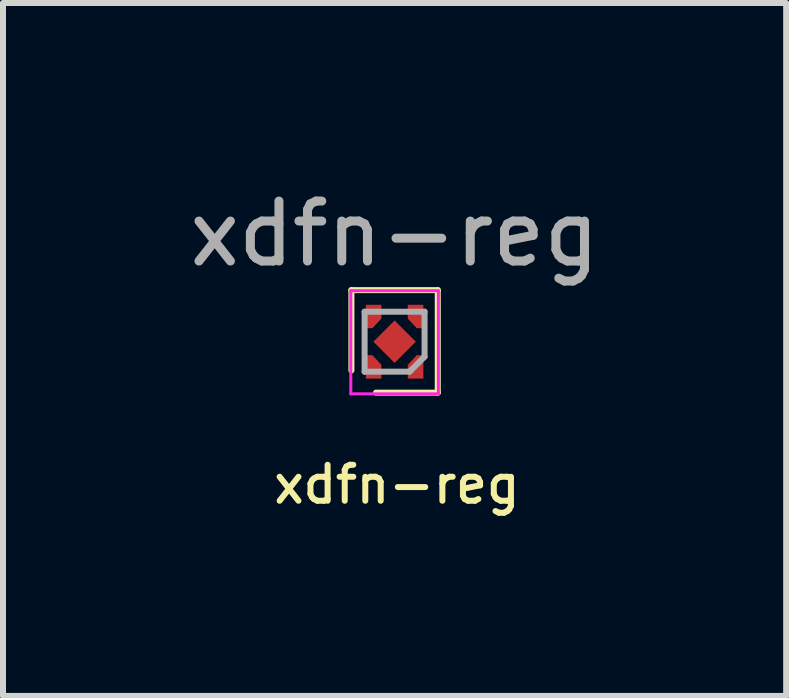
<source format=kicad_pcb>
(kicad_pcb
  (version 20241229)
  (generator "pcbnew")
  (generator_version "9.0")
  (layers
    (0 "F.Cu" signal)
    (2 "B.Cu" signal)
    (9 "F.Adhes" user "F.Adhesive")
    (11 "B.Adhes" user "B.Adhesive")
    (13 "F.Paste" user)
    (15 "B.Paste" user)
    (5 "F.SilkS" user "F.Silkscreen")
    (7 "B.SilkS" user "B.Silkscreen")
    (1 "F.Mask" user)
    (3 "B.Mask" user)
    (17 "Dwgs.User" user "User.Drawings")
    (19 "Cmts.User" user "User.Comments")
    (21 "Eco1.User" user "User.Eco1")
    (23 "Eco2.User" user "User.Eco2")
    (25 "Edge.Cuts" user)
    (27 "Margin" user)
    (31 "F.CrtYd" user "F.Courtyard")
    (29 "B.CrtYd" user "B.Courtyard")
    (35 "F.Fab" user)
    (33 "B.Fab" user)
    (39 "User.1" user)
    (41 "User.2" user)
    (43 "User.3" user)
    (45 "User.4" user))
  (footprint "xdfn-reg"
    (layer "F.Cu")
    (at 3.53 2.648)
    (property "Reference" "xdfn-reg" (at 0.04 2.38 0) (unlocked yes) (layer "F.SilkS") (effects (font (size 0.6 0.6) (thickness 0.1))))
    (attr smd)
    (fp_line (start -0.72 -0.86) (end -0.72 0.48) (stroke (width 0.1) (type solid)) (layer "F.SilkS"))
    (fp_line (start 0.72 -0.86) (end -0.72 -0.86) (stroke (width 0.1) (type solid)) (layer "F.SilkS"))
    (fp_line (start 0.72 0.85) (end -0.31 0.85) (stroke (width 0.1) (type solid)) (layer "F.SilkS"))
    (fp_line (start 0.72 0.85) (end 0.72 -0.86) (stroke (width 0.1) (type solid)) (layer "F.SilkS"))
    (fp_line (start -0.73 -0.85) (end 0.73 -0.85) (stroke (width 0.05) (type solid)) (layer "F.CrtYd"))
    (fp_line (start -0.73 0.87) (end -0.73 -0.85) (stroke (width 0.05) (type solid)) (layer "F.CrtYd"))
    (fp_line (start 0.73 -0.85) (end 0.73 0.87) (stroke (width 0.05) (type solid)) (layer "F.CrtYd"))
    (fp_line (start 0.73 0.87) (end -0.73 0.87) (stroke (width 0.05) (type solid)) (layer "F.CrtYd"))
    (fp_line (start -0.5 -0.5) (end 0.5 -0.5) (stroke (width 0.1) (type solid)) (layer "F.Fab"))
    (fp_line (start -0.5 0.5) (end -0.5 -0.5) (stroke (width 0.1) (type solid)) (layer "F.Fab"))
    (fp_line (start 0.25 0.5) (end -0.5 0.5) (stroke (width 0.1) (type solid)) (layer "F.Fab"))
    (fp_line (start 0.5 -0.5) (end 0.5 0.25) (stroke (width 0.1) (type solid)) (layer "F.Fab"))
    (fp_line (start 0.5 0.25) (end 0.25 0.5) (stroke (width 0.1) (type solid)) (layer "F.Fab"))
    (fp_text user "${REFERENCE}" (at 0 -1.8 0) (unlocked yes) (layer "F.Fab") (effects (font (size 1 1) (thickness 0.15))))
    (pad "1" smd custom (at -0.35 0.5) (size 0.26 0.23) (layers "F.Cu" "F.Mask" "F.Paste") (options (anchor rect)) (primitives (gr_poly (pts (xy 0.13 -0.115) (xy -0.13 -0.115) (xy -0.13 -0.275) (xy -0.02 -0.275)) (width 0) (fill yes))))
    (pad "2" smd custom (at 0.35 0.5) (size 0.26 0.23) (layers "F.Cu" "F.Mask" "F.Paste") (options (anchor rect)) (primitives (gr_poly (pts (xy 0.13 -0.115) (xy -0.13 -0.115) (xy 0.02 -0.275) (xy 0.13 -0.275)) (width 0) (fill yes))))
    (pad "3" smd custom (at 0.35 -0.5 180) (size 0.26 0.23) (layers "F.Cu" "F.Mask" "F.Paste") (options (anchor rect)) (primitives (gr_poly (pts (xy 0.13 -0.115) (xy -0.13 -0.115) (xy -0.13 -0.275) (xy -0.02 -0.275)) (width 0) (fill yes))))
    (pad "4" smd custom (at -0.35 -0.5 180) (size 0.26 0.23) (layers "F.Cu" "F.Mask" "F.Paste") (options (anchor rect)) (primitives (gr_poly (pts (xy 0.13 -0.115) (xy -0.13 -0.115) (xy 0.02 -0.275) (xy 0.13 -0.275)) (width 0) (fill yes))))
    (pad "5" smd rect (at 0 0 225) (size 0.5 0.5) (layers "F.Cu" "F.Mask" "F.Paste")))
  (gr_rect
    (start -3 -3)
    (end 10.06 8.555)
    (stroke (width 0.1) (type default))
    (fill no)
    (layer "Edge.Cuts")))
</source>
